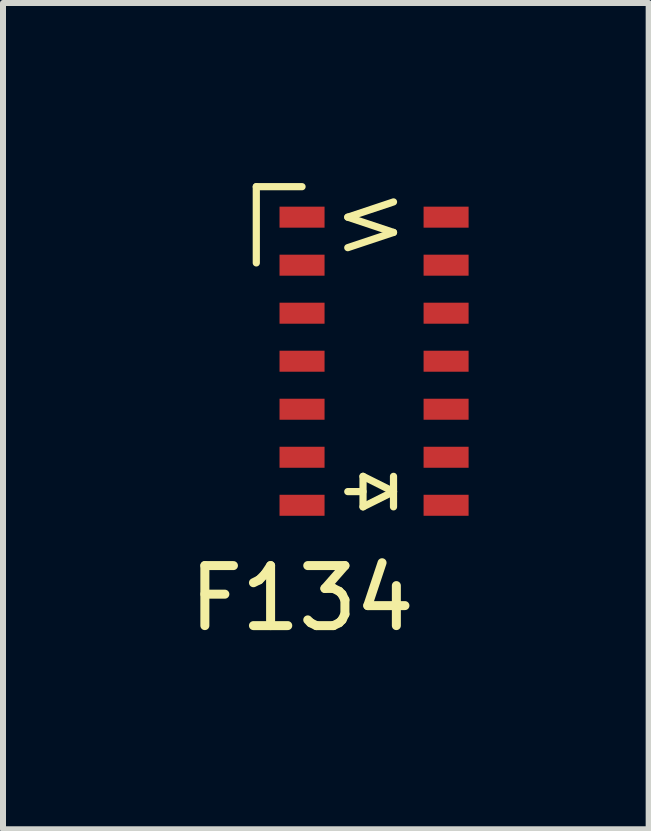
<source format=kicad_pcb>
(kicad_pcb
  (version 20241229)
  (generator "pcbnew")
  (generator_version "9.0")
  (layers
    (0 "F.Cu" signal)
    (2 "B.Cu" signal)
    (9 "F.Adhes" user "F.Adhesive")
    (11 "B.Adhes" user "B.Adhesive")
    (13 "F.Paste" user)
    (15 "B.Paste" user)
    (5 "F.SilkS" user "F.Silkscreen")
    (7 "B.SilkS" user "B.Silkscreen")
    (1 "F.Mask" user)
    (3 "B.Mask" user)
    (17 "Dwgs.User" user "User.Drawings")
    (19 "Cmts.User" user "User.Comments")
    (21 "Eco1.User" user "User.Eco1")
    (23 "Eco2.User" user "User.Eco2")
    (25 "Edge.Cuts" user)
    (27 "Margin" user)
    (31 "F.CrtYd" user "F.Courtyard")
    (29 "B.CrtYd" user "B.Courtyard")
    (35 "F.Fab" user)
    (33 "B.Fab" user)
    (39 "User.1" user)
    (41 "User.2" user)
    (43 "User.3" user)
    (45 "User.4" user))
  (footprint "F134"
    (layer "F.Cu")
    (at 2.998 5.14)
    (property "Reference" "F134" (at -1.016 1.778 0) (layer "F.SilkS") (effects (font (size 1 1) (thickness 0.15))))
    (attr through_hole)
    (fp_line (start -1.778 -5.08) (end -1.016 -5.08) (stroke (width 0.12) (type solid)) (layer "F.SilkS"))
    (fp_line (start -1.778 -3.81) (end -1.778 -5.08) (stroke (width 0.12) (type solid)) (layer "F.SilkS"))
    (fp_line (start -0.254 -4.572) (end 0.508 -4.318) (stroke (width 0.12) (type solid)) (layer "F.SilkS"))
    (fp_line (start 0 -0.254) (end 0 0.254) (stroke (width 0.12) (type solid)) (layer "F.SilkS"))
    (fp_line (start 0 0) (end -0.254 0) (stroke (width 0.12) (type solid)) (layer "F.SilkS"))
    (fp_line (start 0 0.254) (end 0.508 0) (stroke (width 0.12) (type solid)) (layer "F.SilkS"))
    (fp_line (start 0.508 -4.826) (end -0.254 -4.572) (stroke (width 0.12) (type solid)) (layer "F.SilkS"))
    (fp_line (start 0.508 -4.318) (end -0.254 -4.064) (stroke (width 0.12) (type solid)) (layer "F.SilkS"))
    (fp_line (start 0.508 -0.254) (end 0.508 0.254) (stroke (width 0.12) (type solid)) (layer "F.SilkS"))
    (fp_line (start 0.508 0) (end 0 -0.254) (stroke (width 0.12) (type solid)) (layer "F.SilkS"))
    (pad "1" smd rect (at -1.016 -4.572) (size 0.75 0.35) (layers "F.Cu" "F.Mask" "F.Paste"))
    (pad "2" smd rect (at -1.016 -3.772) (size 0.75 0.35) (layers "F.Cu" "F.Mask" "F.Paste"))
    (pad "3" smd rect (at -1.016 -2.972) (size 0.75 0.35) (layers "F.Cu" "F.Mask" "F.Paste"))
    (pad "4" smd rect (at -1.016 -2.172) (size 0.75 0.35) (layers "F.Cu" "F.Mask" "F.Paste"))
    (pad "5" smd rect (at -1.016 -1.372) (size 0.75 0.35) (layers "F.Cu" "F.Mask" "F.Paste"))
    (pad "6" smd rect (at -1.016 -0.572) (size 0.75 0.35) (layers "F.Cu" "F.Mask" "F.Paste"))
    (pad "7" smd rect (at -1.016 0.228) (size 0.75 0.35) (layers "F.Cu" "F.Mask" "F.Paste"))
    (pad "8" smd rect (at 1.384 0.228) (size 0.75 0.35) (layers "F.Cu" "F.Mask" "F.Paste"))
    (pad "9" smd rect (at 1.384 -0.572) (size 0.75 0.35) (layers "F.Cu" "F.Mask" "F.Paste"))
    (pad "10" smd rect (at 1.384 -1.372) (size 0.75 0.35) (layers "F.Cu" "F.Mask" "F.Paste"))
    (pad "11" smd rect (at 1.384 -2.172) (size 0.75 0.35) (layers "F.Cu" "F.Mask" "F.Paste"))
    (pad "12" smd rect (at 1.384 -2.972) (size 0.75 0.35) (layers "F.Cu" "F.Mask" "F.Paste"))
    (pad "13" smd rect (at 1.384 -3.772) (size 0.75 0.35) (layers "F.Cu" "F.Mask" "F.Paste"))
    (pad "14" smd rect (at 1.384 -4.572) (size 0.75 0.35) (layers "F.Cu" "F.Mask" "F.Paste")))
  (gr_rect
    (start -3 -3)
    (end 7.757 10.766)
    (stroke (width 0.1) (type default))
    (fill no)
    (layer "Edge.Cuts")))
</source>
